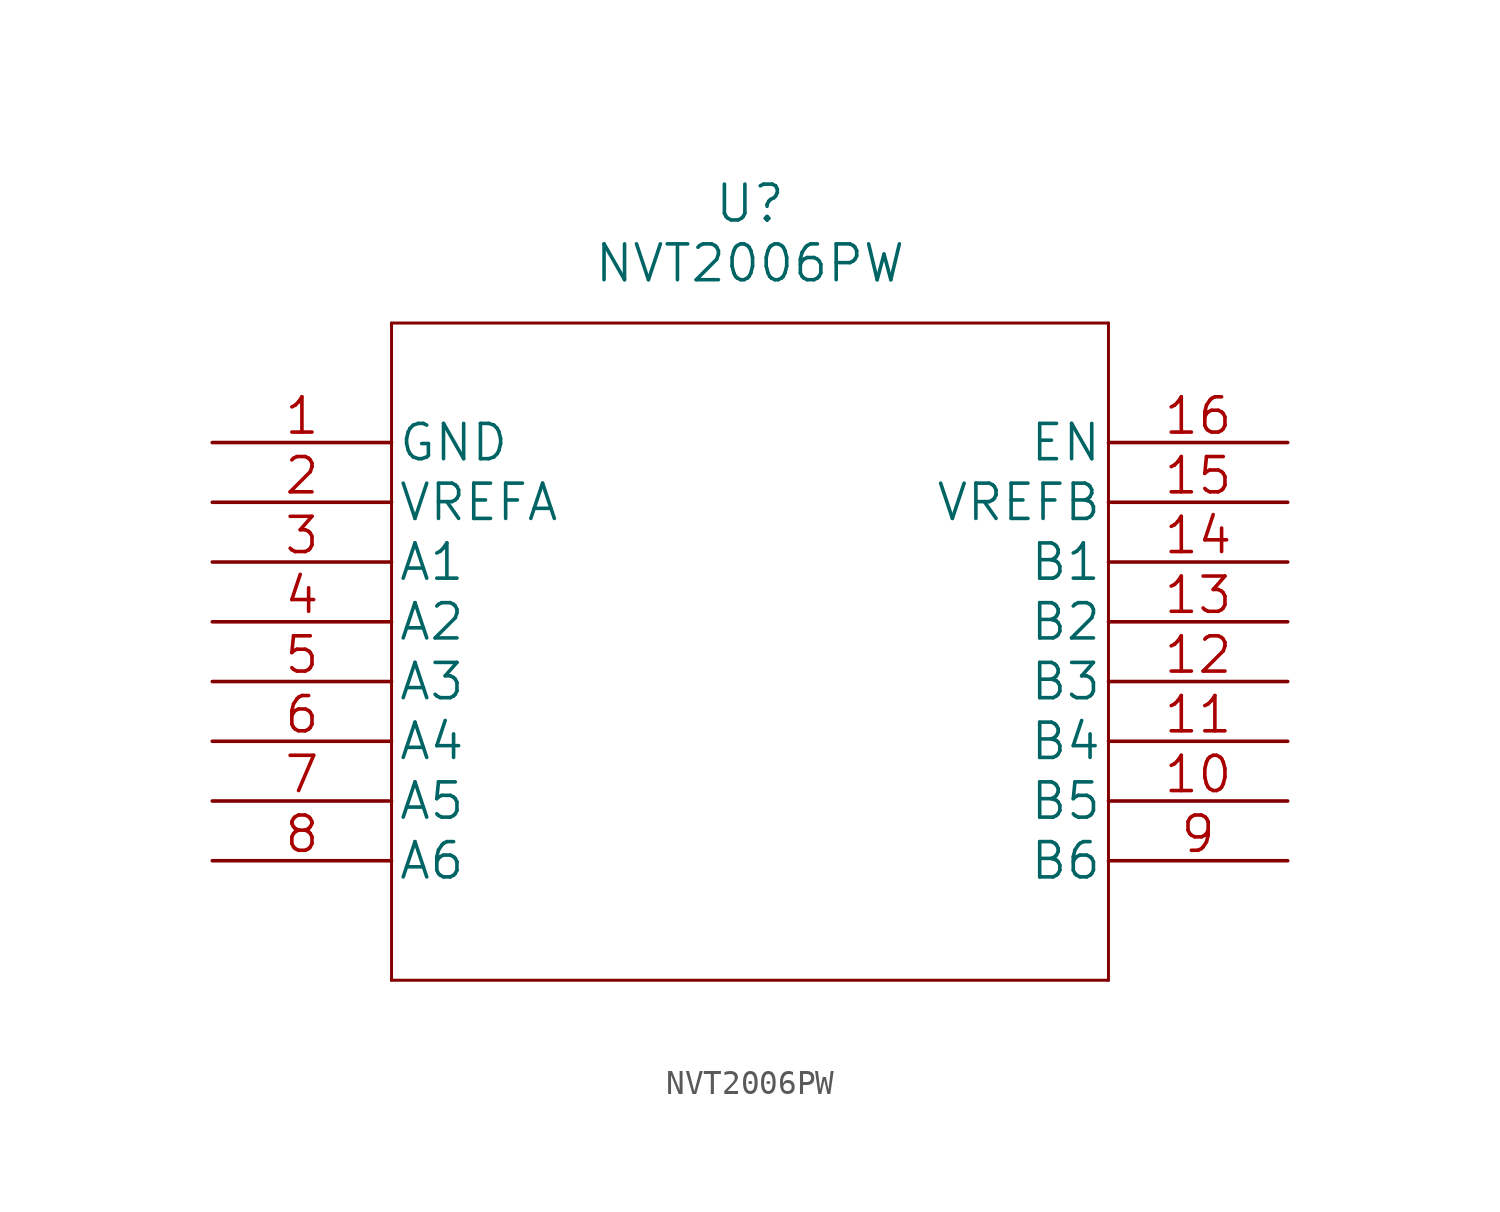
<source format=kicad_sym>
(kicad_symbol_lib
  (version 20211014)
  (generator kicad_symbol_editor)
  (symbol "NVT2006PW"
    (pin_names
      (offset 0.254))
    (property "Reference" "U"
      (at 22.86 10.16 0)
      (effects (font (size 1.524 1.524))))
    (property "Value" "NVT2006PW"
      (at 22.86 7.62 0)
      (effects (font (size 1.524 1.524))))
    (property "Datasheet" ""
      (at 0 0 0)
      (effects (font (size 1.524 1.524))))
    (property "ki_locked" ""
      (at 0 0 0)
      (effects (font (size 1.27 1.27))))
    (symbol "NVT2006PW_1_1"
      (polyline (pts (xy 7.62 -22.86) (xy 38.1 -22.86)) (stroke (width 0.127) (type default) (color 0 0 0 0)) (fill (type none)))
      (polyline (pts (xy 7.62 5.08) (xy 7.62 -22.86)) (stroke (width 0.127) (type default) (color 0 0 0 0)) (fill (type none)))
      (polyline (pts (xy 38.1 -22.86) (xy 38.1 5.08)) (stroke (width 0.127) (type default) (color 0 0 0 0)) (fill (type none)))
      (polyline (pts (xy 38.1 5.08) (xy 7.62 5.08)) (stroke (width 0.127) (type default) (color 0 0 0 0)) (fill (type none)))
      (pin power_in line (at 0 0 0) (length 7.62) (name "GND" (effects (font (size 1.499 1.499)))) (number "1" (effects (font (size 1.499 1.499)))))
      (pin bidirectional line (at 45.72 -15.24 180) (length 7.62) (name "B5" (effects (font (size 1.499 1.499)))) (number "10" (effects (font (size 1.499 1.499)))))
      (pin bidirectional line (at 45.72 -12.7 180) (length 7.62) (name "B4" (effects (font (size 1.499 1.499)))) (number "11" (effects (font (size 1.499 1.499)))))
      (pin bidirectional line (at 45.72 -10.16 180) (length 7.62) (name "B3" (effects (font (size 1.499 1.499)))) (number "12" (effects (font (size 1.499 1.499)))))
      (pin bidirectional line (at 45.72 -7.62 180) (length 7.62) (name "B2" (effects (font (size 1.499 1.499)))) (number "13" (effects (font (size 1.499 1.499)))))
      (pin bidirectional line (at 45.72 -5.08 180) (length 7.62) (name "B1" (effects (font (size 1.499 1.499)))) (number "14" (effects (font (size 1.499 1.499)))))
      (pin power_in line (at 45.72 -2.54 180) (length 7.62) (name "VREFB" (effects (font (size 1.499 1.499)))) (number "15" (effects (font (size 1.499 1.499)))))
      (pin input line (at 45.72 0 180) (length 7.62) (name "EN" (effects (font (size 1.499 1.499)))) (number "16" (effects (font (size 1.499 1.499)))))
      (pin power_in line (at 0 -2.54 0) (length 7.62) (name "VREFA" (effects (font (size 1.499 1.499)))) (number "2" (effects (font (size 1.499 1.499)))))
      (pin bidirectional line (at 0 -5.08 0) (length 7.62) (name "A1" (effects (font (size 1.499 1.499)))) (number "3" (effects (font (size 1.499 1.499)))))
      (pin bidirectional line (at 0 -7.62 0) (length 7.62) (name "A2" (effects (font (size 1.499 1.499)))) (number "4" (effects (font (size 1.499 1.499)))))
      (pin bidirectional line (at 0 -10.16 0) (length 7.62) (name "A3" (effects (font (size 1.499 1.499)))) (number "5" (effects (font (size 1.499 1.499)))))
      (pin bidirectional line (at 0 -12.7 0) (length 7.62) (name "A4" (effects (font (size 1.499 1.499)))) (number "6" (effects (font (size 1.499 1.499)))))
      (pin bidirectional line (at 0 -15.24 0) (length 7.62) (name "A5" (effects (font (size 1.499 1.499)))) (number "7" (effects (font (size 1.499 1.499)))))
      (pin bidirectional line (at 0 -17.78 0) (length 7.62) (name "A6" (effects (font (size 1.499 1.499)))) (number "8" (effects (font (size 1.499 1.499)))))
      (pin bidirectional line (at 45.72 -17.78 180) (length 7.62) (name "B6" (effects (font (size 1.499 1.499)))) (number "9" (effects (font (size 1.499 1.499))))))))
</source>
